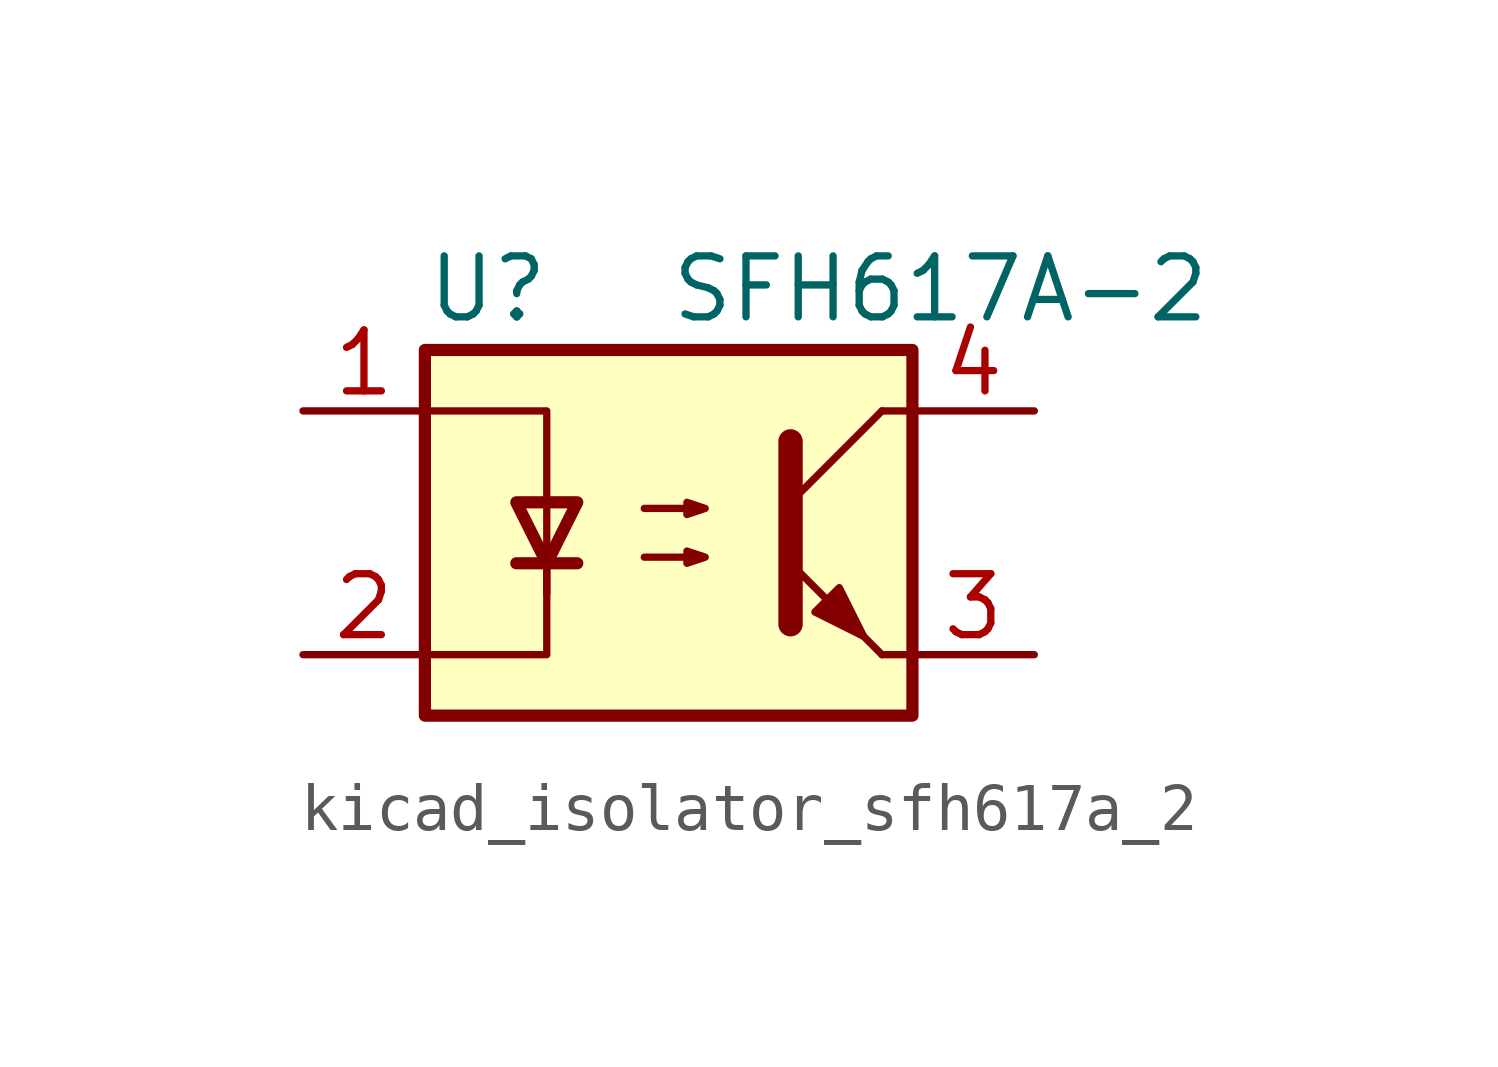
<source format=kicad_sym>
(kicad_symbol_lib
  (version 20220914)
  (generator kicad_symbol_editor)
  (symbol "kicad_isolator_sfh617a_2"
    (pin_names
      (offset 1.016))
    (property "Reference" "U"
      (at -5.08 5.08 0)
      (effects (font (size 1.27 1.27)) (justify left)))
    (property "Value" "SFH617A-2"
      (at 0 5.08 0)
      (effects (font (size 1.27 1.27)) (justify left)))
    (symbol "kicad_isolator_sfh617a_2_0_1"
      (rectangle (start -5.08 3.81) (end 5.08 -3.81) (stroke (width 0.254) (type default)) (fill (type background)))
      (polyline (pts (xy -3.175 -0.635) (xy -1.905 -0.635)) (stroke (width 0.254) (type default)) (fill (type none)))
      (polyline (pts (xy 2.54 0.635) (xy 4.445 2.54)) (stroke (width 0) (type default)) (fill (type none)))
      (polyline (pts (xy 4.445 -2.54) (xy 2.54 -0.635)) (stroke (width 0) (type default)) (fill (type outline)))
      (polyline (pts (xy 4.445 -2.54) (xy 5.08 -2.54)) (stroke (width 0) (type default)) (fill (type none)))
      (polyline (pts (xy 4.445 2.54) (xy 5.08 2.54)) (stroke (width 0) (type default)) (fill (type none)))
      (polyline (pts (xy -2.54 -0.635) (xy -2.54 -2.54) (xy -5.08 -2.54)) (stroke (width 0) (type default)) (fill (type none)))
      (polyline (pts (xy 2.54 1.905) (xy 2.54 -1.905) (xy 2.54 -1.905)) (stroke (width 0.508) (type default)) (fill (type none)))
      (polyline (pts (xy -5.08 2.54) (xy -2.54 2.54) (xy -2.54 -1.27) (xy -2.54 0.635)) (stroke (width 0) (type default)) (fill (type none)))
      (polyline (pts (xy -2.54 -0.635) (xy -3.175 0.635) (xy -1.905 0.635) (xy -2.54 -0.635)) (stroke (width 0.254) (type default)) (fill (type none)))
      (polyline (pts (xy -0.508 -0.508) (xy 0.762 -0.508) (xy 0.381 -0.635) (xy 0.381 -0.381) (xy 0.762 -0.508)) (stroke (width 0) (type default)) (fill (type none)))
      (polyline (pts (xy -0.508 0.508) (xy 0.762 0.508) (xy 0.381 0.381) (xy 0.381 0.635) (xy 0.762 0.508)) (stroke (width 0) (type default)) (fill (type none)))
      (polyline (pts (xy 3.048 -1.651) (xy 3.556 -1.143) (xy 4.064 -2.159) (xy 3.048 -1.651) (xy 3.048 -1.651)) (stroke (width 0) (type default)) (fill (type outline))))
    (symbol "kicad_isolator_sfh617a_2_1_1"
      (pin passive line (at -7.62 2.54 0) (length 2.54) (name "~" (effects (font (size 1.27 1.27)))) (number "1" (effects (font (size 1.27 1.27)))))
      (pin passive line (at -7.62 -2.54 0) (length 2.54) (name "~" (effects (font (size 1.27 1.27)))) (number "2" (effects (font (size 1.27 1.27)))))
      (pin passive line (at 7.62 -2.54 180) (length 2.54) (name "~" (effects (font (size 1.27 1.27)))) (number "3" (effects (font (size 1.27 1.27)))))
      (pin passive line (at 7.62 2.54 180) (length 2.54) (name "~" (effects (font (size 1.27 1.27)))) (number "4" (effects (font (size 1.27 1.27))))))))
</source>
